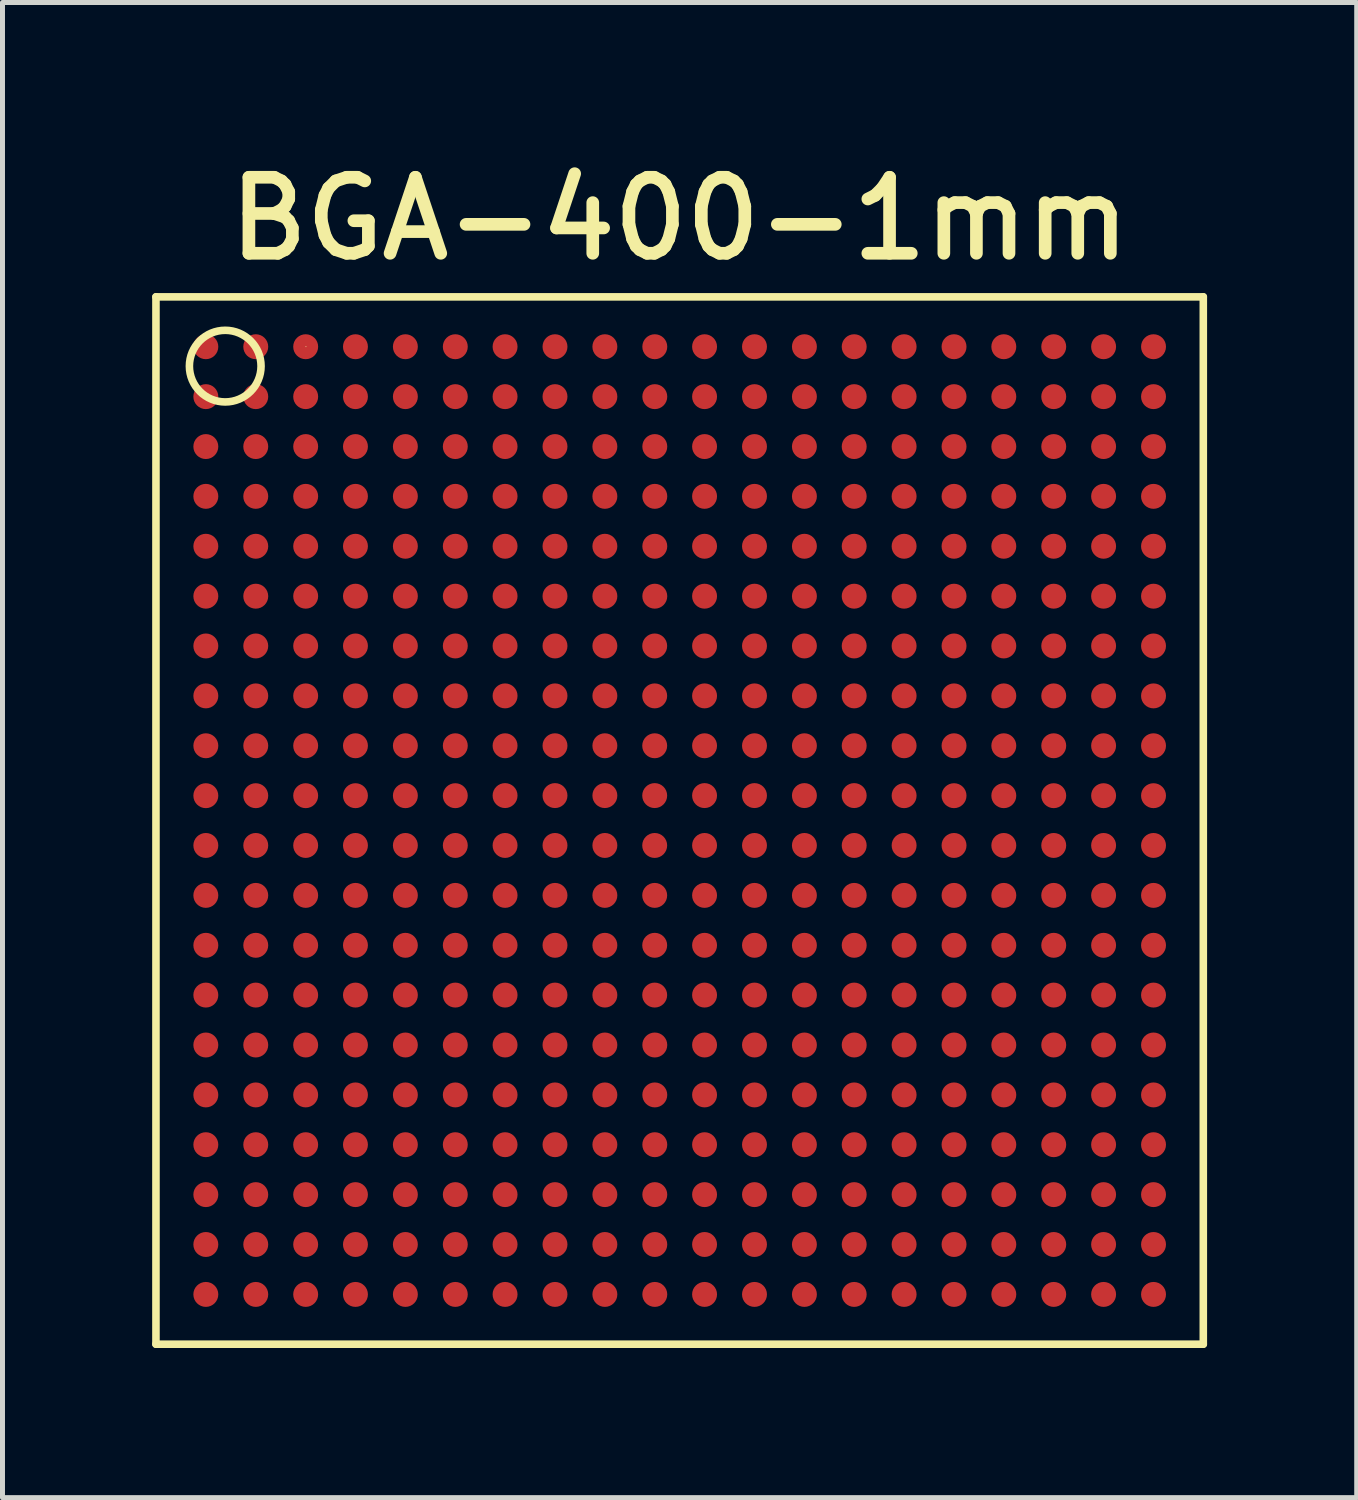
<source format=kicad_pcb>
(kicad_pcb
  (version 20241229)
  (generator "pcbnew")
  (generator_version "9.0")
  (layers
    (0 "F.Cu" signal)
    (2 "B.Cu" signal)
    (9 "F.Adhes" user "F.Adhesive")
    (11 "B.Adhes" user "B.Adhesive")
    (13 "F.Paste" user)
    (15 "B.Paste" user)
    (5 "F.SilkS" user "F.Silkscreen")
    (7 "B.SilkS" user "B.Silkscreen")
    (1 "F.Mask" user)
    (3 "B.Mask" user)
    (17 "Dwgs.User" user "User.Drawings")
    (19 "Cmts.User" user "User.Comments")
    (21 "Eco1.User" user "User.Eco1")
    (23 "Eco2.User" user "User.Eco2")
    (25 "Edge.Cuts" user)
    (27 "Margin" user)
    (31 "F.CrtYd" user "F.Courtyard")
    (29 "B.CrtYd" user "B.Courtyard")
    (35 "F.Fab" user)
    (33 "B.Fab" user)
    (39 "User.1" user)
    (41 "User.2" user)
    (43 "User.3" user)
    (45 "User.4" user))
  (footprint "BGA-400-1mm"
    (layer "F.Cu")
    (at 10.577 13.402)
    (property "Reference" "BGA-400-1mm" (at 0 -12.065 0) (layer "F.SilkS") (effects (font (size 1.524 1.524) (thickness 0.254))))
    (attr smd)
    (fp_line (start -10.5 -10.5) (end 10.5 -10.5) (stroke (width 0.152) (type solid)) (layer "F.SilkS"))
    (fp_line (start -10.5 10.5) (end -10.5 -10.5) (stroke (width 0.152) (type solid)) (layer "F.SilkS"))
    (fp_line (start -7.498 -9.5) (end -7.488 -9.5) (stroke (width 0.013) (type solid)) (layer "F.SilkS"))
    (fp_line (start 10.5 -10.5) (end 10.5 10.5) (stroke (width 0.152) (type solid)) (layer "F.SilkS"))
    (fp_line (start 10.5 10.5) (end -10.5 10.5) (stroke (width 0.152) (type solid)) (layer "F.SilkS"))
    (fp_circle (center -9.111 -9.111) (end -8.603 -9.619) (stroke (width 0.152) (type solid)) (fill no) (layer "F.SilkS"))
    (pad "A1" smd circle (at -9.5 -9.5) (size 0.5 0.5) (layers "F.Cu" "F.Mask" "F.Paste"))
    (pad "A2" smd circle (at -8.499 -9.5) (size 0.5 0.5) (layers "F.Cu" "F.Mask" "F.Paste"))
    (pad "A3" smd circle (at -7.498 -9.5) (size 0.5 0.5) (layers "F.Cu" "F.Mask" "F.Paste"))
    (pad "A4" smd circle (at -6.5 -9.5) (size 0.5 0.5) (layers "F.Cu" "F.Mask" "F.Paste"))
    (pad "A5" smd circle (at -5.499 -9.5) (size 0.5 0.5) (layers "F.Cu" "F.Mask" "F.Paste"))
    (pad "A6" smd circle (at -4.498 -9.5) (size 0.5 0.5) (layers "F.Cu" "F.Mask" "F.Paste"))
    (pad "A7" smd circle (at -3.5 -9.5) (size 0.5 0.5) (layers "F.Cu" "F.Mask" "F.Paste"))
    (pad "A8" smd circle (at -2.499 -9.5) (size 0.5 0.5) (layers "F.Cu" "F.Mask" "F.Paste"))
    (pad "A9" smd circle (at -1.499 -9.5) (size 0.5 0.5) (layers "F.Cu" "F.Mask" "F.Paste"))
    (pad "A10" smd circle (at -0.498 -9.5) (size 0.5 0.5) (layers "F.Cu" "F.Mask" "F.Paste"))
    (pad "A11" smd circle (at 0.5 -9.5) (size 0.5 0.5) (layers "F.Cu" "F.Mask" "F.Paste"))
    (pad "A12" smd circle (at 1.501 -9.5) (size 0.5 0.5) (layers "F.Cu" "F.Mask" "F.Paste"))
    (pad "A13" smd circle (at 2.502 -9.5) (size 0.5 0.5) (layers "F.Cu" "F.Mask" "F.Paste"))
    (pad "A14" smd circle (at 3.5 -9.5) (size 0.5 0.5) (layers "F.Cu" "F.Mask" "F.Paste"))
    (pad "A15" smd circle (at 4.501 -9.5) (size 0.5 0.5) (layers "F.Cu" "F.Mask" "F.Paste"))
    (pad "A16" smd circle (at 5.502 -9.5) (size 0.5 0.5) (layers "F.Cu" "F.Mask" "F.Paste"))
    (pad "A17" smd circle (at 6.5 -9.5) (size 0.5 0.5) (layers "F.Cu" "F.Mask" "F.Paste"))
    (pad "A18" smd circle (at 7.501 -9.5) (size 0.5 0.5) (layers "F.Cu" "F.Mask" "F.Paste"))
    (pad "A19" smd circle (at 8.501 -9.5) (size 0.5 0.5) (layers "F.Cu" "F.Mask" "F.Paste"))
    (pad "A20" smd circle (at 9.502 -9.5) (size 0.5 0.5) (layers "F.Cu" "F.Mask" "F.Paste"))
    (pad "B1" smd circle (at -9.5 -8.499) (size 0.5 0.5) (layers "F.Cu" "F.Mask" "F.Paste"))
    (pad "B2" smd circle (at -8.499 -8.499) (size 0.5 0.5) (layers "F.Cu" "F.Mask" "F.Paste"))
    (pad "B3" smd circle (at -7.498 -8.499) (size 0.5 0.5) (layers "F.Cu" "F.Mask" "F.Paste"))
    (pad "B4" smd circle (at -6.5 -8.499) (size 0.5 0.5) (layers "F.Cu" "F.Mask" "F.Paste"))
    (pad "B5" smd circle (at -5.499 -8.499) (size 0.5 0.5) (layers "F.Cu" "F.Mask" "F.Paste"))
    (pad "B6" smd circle (at -4.498 -8.499) (size 0.5 0.5) (layers "F.Cu" "F.Mask" "F.Paste"))
    (pad "B7" smd circle (at -3.5 -8.499) (size 0.5 0.5) (layers "F.Cu" "F.Mask" "F.Paste"))
    (pad "B8" smd circle (at -2.499 -8.499) (size 0.5 0.5) (layers "F.Cu" "F.Mask" "F.Paste"))
    (pad "B9" smd circle (at -1.499 -8.499) (size 0.5 0.5) (layers "F.Cu" "F.Mask" "F.Paste"))
    (pad "B10" smd circle (at -0.498 -8.499) (size 0.5 0.5) (layers "F.Cu" "F.Mask" "F.Paste"))
    (pad "B11" smd circle (at 0.5 -8.499) (size 0.5 0.5) (layers "F.Cu" "F.Mask" "F.Paste"))
    (pad "B12" smd circle (at 1.501 -8.499) (size 0.5 0.5) (layers "F.Cu" "F.Mask" "F.Paste"))
    (pad "B13" smd circle (at 2.502 -8.499) (size 0.5 0.5) (layers "F.Cu" "F.Mask" "F.Paste"))
    (pad "B14" smd circle (at 3.5 -8.499) (size 0.5 0.5) (layers "F.Cu" "F.Mask" "F.Paste"))
    (pad "B15" smd circle (at 4.501 -8.499) (size 0.5 0.5) (layers "F.Cu" "F.Mask" "F.Paste"))
    (pad "B16" smd circle (at 5.502 -8.499) (size 0.5 0.5) (layers "F.Cu" "F.Mask" "F.Paste"))
    (pad "B17" smd circle (at 6.5 -8.499) (size 0.5 0.5) (layers "F.Cu" "F.Mask" "F.Paste"))
    (pad "B18" smd circle (at 7.501 -8.499) (size 0.5 0.5) (layers "F.Cu" "F.Mask" "F.Paste"))
    (pad "B19" smd circle (at 8.501 -8.499) (size 0.5 0.5) (layers "F.Cu" "F.Mask" "F.Paste"))
    (pad "B20" smd circle (at 9.502 -8.499) (size 0.5 0.5) (layers "F.Cu" "F.Mask" "F.Paste"))
    (pad "C1" smd circle (at -9.5 -7.498) (size 0.5 0.5) (layers "F.Cu" "F.Mask" "F.Paste"))
    (pad "C2" smd circle (at -8.499 -7.498) (size 0.5 0.5) (layers "F.Cu" "F.Mask" "F.Paste"))
    (pad "C3" smd circle (at -7.498 -7.498) (size 0.5 0.5) (layers "F.Cu" "F.Mask" "F.Paste"))
    (pad "C4" smd circle (at -6.5 -7.498) (size 0.5 0.5) (layers "F.Cu" "F.Mask" "F.Paste"))
    (pad "C5" smd circle (at -5.499 -7.498) (size 0.5 0.5) (layers "F.Cu" "F.Mask" "F.Paste"))
    (pad "C6" smd circle (at -4.498 -7.498) (size 0.5 0.5) (layers "F.Cu" "F.Mask" "F.Paste"))
    (pad "C7" smd circle (at -3.5 -7.498) (size 0.5 0.5) (layers "F.Cu" "F.Mask" "F.Paste"))
    (pad "C8" smd circle (at -2.499 -7.498) (size 0.5 0.5) (layers "F.Cu" "F.Mask" "F.Paste"))
    (pad "C9" smd circle (at -1.499 -7.498) (size 0.5 0.5) (layers "F.Cu" "F.Mask" "F.Paste"))
    (pad "C10" smd circle (at -0.498 -7.498) (size 0.5 0.5) (layers "F.Cu" "F.Mask" "F.Paste"))
    (pad "C11" smd circle (at 0.5 -7.498) (size 0.5 0.5) (layers "F.Cu" "F.Mask" "F.Paste"))
    (pad "C12" smd circle (at 1.501 -7.498) (size 0.5 0.5) (layers "F.Cu" "F.Mask" "F.Paste"))
    (pad "C13" smd circle (at 2.502 -7.498) (size 0.5 0.5) (layers "F.Cu" "F.Mask" "F.Paste"))
    (pad "C14" smd circle (at 3.5 -7.498) (size 0.5 0.5) (layers "F.Cu" "F.Mask" "F.Paste"))
    (pad "C15" smd circle (at 4.501 -7.498) (size 0.5 0.5) (layers "F.Cu" "F.Mask" "F.Paste"))
    (pad "C16" smd circle (at 5.502 -7.498) (size 0.5 0.5) (layers "F.Cu" "F.Mask" "F.Paste"))
    (pad "C17" smd circle (at 6.5 -7.498) (size 0.5 0.5) (layers "F.Cu" "F.Mask" "F.Paste"))
    (pad "C18" smd circle (at 7.501 -7.498) (size 0.5 0.5) (layers "F.Cu" "F.Mask" "F.Paste"))
    (pad "C19" smd circle (at 8.501 -7.498) (size 0.5 0.5) (layers "F.Cu" "F.Mask" "F.Paste"))
    (pad "C20" smd circle (at 9.502 -7.498) (size 0.5 0.5) (layers "F.Cu" "F.Mask" "F.Paste"))
    (pad "D1" smd circle (at -9.5 -6.5) (size 0.5 0.5) (layers "F.Cu" "F.Mask" "F.Paste"))
    (pad "D2" smd circle (at -8.499 -6.5) (size 0.5 0.5) (layers "F.Cu" "F.Mask" "F.Paste"))
    (pad "D3" smd circle (at -7.498 -6.5) (size 0.5 0.5) (layers "F.Cu" "F.Mask" "F.Paste"))
    (pad "D4" smd circle (at -6.5 -6.5) (size 0.5 0.5) (layers "F.Cu" "F.Mask" "F.Paste"))
    (pad "D5" smd circle (at -5.499 -6.5) (size 0.5 0.5) (layers "F.Cu" "F.Mask" "F.Paste"))
    (pad "D6" smd circle (at -4.498 -6.5) (size 0.5 0.5) (layers "F.Cu" "F.Mask" "F.Paste"))
    (pad "D7" smd circle (at -3.5 -6.5) (size 0.5 0.5) (layers "F.Cu" "F.Mask" "F.Paste"))
    (pad "D8" smd circle (at -2.499 -6.5) (size 0.5 0.5) (layers "F.Cu" "F.Mask" "F.Paste"))
    (pad "D9" smd circle (at -1.499 -6.5) (size 0.5 0.5) (layers "F.Cu" "F.Mask" "F.Paste"))
    (pad "D10" smd circle (at -0.498 -6.5) (size 0.5 0.5) (layers "F.Cu" "F.Mask" "F.Paste"))
    (pad "D11" smd circle (at 0.5 -6.5) (size 0.5 0.5) (layers "F.Cu" "F.Mask" "F.Paste"))
    (pad "D12" smd circle (at 1.501 -6.5) (size 0.5 0.5) (layers "F.Cu" "F.Mask" "F.Paste"))
    (pad "D13" smd circle (at 2.502 -6.5) (size 0.5 0.5) (layers "F.Cu" "F.Mask" "F.Paste"))
    (pad "D14" smd circle (at 3.5 -6.5) (size 0.5 0.5) (layers "F.Cu" "F.Mask" "F.Paste"))
    (pad "D15" smd circle (at 4.501 -6.5) (size 0.5 0.5) (layers "F.Cu" "F.Mask" "F.Paste"))
    (pad "D16" smd circle (at 5.502 -6.5) (size 0.5 0.5) (layers "F.Cu" "F.Mask" "F.Paste"))
    (pad "D17" smd circle (at 6.5 -6.5) (size 0.5 0.5) (layers "F.Cu" "F.Mask" "F.Paste"))
    (pad "D18" smd circle (at 7.501 -6.5) (size 0.5 0.5) (layers "F.Cu" "F.Mask" "F.Paste"))
    (pad "D19" smd circle (at 8.501 -6.5) (size 0.5 0.5) (layers "F.Cu" "F.Mask" "F.Paste"))
    (pad "D20" smd circle (at 9.502 -6.5) (size 0.5 0.5) (layers "F.Cu" "F.Mask" "F.Paste"))
    (pad "E1" smd circle (at -9.5 -5.499) (size 0.5 0.5) (layers "F.Cu" "F.Mask" "F.Paste"))
    (pad "E2" smd circle (at -8.499 -5.499) (size 0.5 0.5) (layers "F.Cu" "F.Mask" "F.Paste"))
    (pad "E3" smd circle (at -7.498 -5.499) (size 0.5 0.5) (layers "F.Cu" "F.Mask" "F.Paste"))
    (pad "E4" smd circle (at -6.5 -5.499) (size 0.5 0.5) (layers "F.Cu" "F.Mask" "F.Paste"))
    (pad "E5" smd circle (at -5.499 -5.499) (size 0.5 0.5) (layers "F.Cu" "F.Mask" "F.Paste"))
    (pad "E6" smd circle (at -4.498 -5.499) (size 0.5 0.5) (layers "F.Cu" "F.Mask" "F.Paste"))
    (pad "E7" smd circle (at -3.5 -5.499) (size 0.5 0.5) (layers "F.Cu" "F.Mask" "F.Paste"))
    (pad "E8" smd circle (at -2.499 -5.499) (size 0.5 0.5) (layers "F.Cu" "F.Mask" "F.Paste"))
    (pad "E9" smd circle (at -1.499 -5.499) (size 0.5 0.5) (layers "F.Cu" "F.Mask" "F.Paste"))
    (pad "E10" smd circle (at -0.498 -5.499) (size 0.5 0.5) (layers "F.Cu" "F.Mask" "F.Paste"))
    (pad "E11" smd circle (at 0.5 -5.499) (size 0.5 0.5) (layers "F.Cu" "F.Mask" "F.Paste"))
    (pad "E12" smd circle (at 1.501 -5.499) (size 0.5 0.5) (layers "F.Cu" "F.Mask" "F.Paste"))
    (pad "E13" smd circle (at 2.502 -5.499) (size 0.5 0.5) (layers "F.Cu" "F.Mask" "F.Paste"))
    (pad "E14" smd circle (at 3.5 -5.499) (size 0.5 0.5) (layers "F.Cu" "F.Mask" "F.Paste"))
    (pad "E15" smd circle (at 4.501 -5.499) (size 0.5 0.5) (layers "F.Cu" "F.Mask" "F.Paste"))
    (pad "E16" smd circle (at 5.502 -5.499) (size 0.5 0.5) (layers "F.Cu" "F.Mask" "F.Paste"))
    (pad "E17" smd circle (at 6.5 -5.499) (size 0.5 0.5) (layers "F.Cu" "F.Mask" "F.Paste"))
    (pad "E18" smd circle (at 7.501 -5.499) (size 0.5 0.5) (layers "F.Cu" "F.Mask" "F.Paste"))
    (pad "E19" smd circle (at 8.501 -5.499) (size 0.5 0.5) (layers "F.Cu" "F.Mask" "F.Paste"))
    (pad "E20" smd circle (at 9.502 -5.499) (size 0.5 0.5) (layers "F.Cu" "F.Mask" "F.Paste"))
    (pad "F1" smd circle (at -9.5 -4.498) (size 0.5 0.5) (layers "F.Cu" "F.Mask" "F.Paste"))
    (pad "F2" smd circle (at -8.499 -4.498) (size 0.5 0.5) (layers "F.Cu" "F.Mask" "F.Paste"))
    (pad "F3" smd circle (at -7.498 -4.498) (size 0.5 0.5) (layers "F.Cu" "F.Mask" "F.Paste"))
    (pad "F4" smd circle (at -6.5 -4.498) (size 0.5 0.5) (layers "F.Cu" "F.Mask" "F.Paste"))
    (pad "F5" smd circle (at -5.499 -4.498) (size 0.5 0.5) (layers "F.Cu" "F.Mask" "F.Paste"))
    (pad "F6" smd circle (at -4.498 -4.498) (size 0.5 0.5) (layers "F.Cu" "F.Mask" "F.Paste"))
    (pad "F7" smd circle (at -3.5 -4.498) (size 0.5 0.5) (layers "F.Cu" "F.Mask" "F.Paste"))
    (pad "F8" smd circle (at -2.499 -4.498) (size 0.5 0.5) (layers "F.Cu" "F.Mask" "F.Paste"))
    (pad "F9" smd circle (at -1.499 -4.498) (size 0.5 0.5) (layers "F.Cu" "F.Mask" "F.Paste"))
    (pad "F10" smd circle (at -0.498 -4.498) (size 0.5 0.5) (layers "F.Cu" "F.Mask" "F.Paste"))
    (pad "F11" smd circle (at 0.5 -4.498) (size 0.5 0.5) (layers "F.Cu" "F.Mask" "F.Paste"))
    (pad "F12" smd circle (at 1.501 -4.498) (size 0.5 0.5) (layers "F.Cu" "F.Mask" "F.Paste"))
    (pad "F13" smd circle (at 2.502 -4.498) (size 0.5 0.5) (layers "F.Cu" "F.Mask" "F.Paste"))
    (pad "F14" smd circle (at 3.5 -4.498) (size 0.5 0.5) (layers "F.Cu" "F.Mask" "F.Paste"))
    (pad "F15" smd circle (at 4.501 -4.498) (size 0.5 0.5) (layers "F.Cu" "F.Mask" "F.Paste"))
    (pad "F16" smd circle (at 5.502 -4.498) (size 0.5 0.5) (layers "F.Cu" "F.Mask" "F.Paste"))
    (pad "F17" smd circle (at 6.5 -4.498) (size 0.5 0.5) (layers "F.Cu" "F.Mask" "F.Paste"))
    (pad "F18" smd circle (at 7.501 -4.498) (size 0.5 0.5) (layers "F.Cu" "F.Mask" "F.Paste"))
    (pad "F19" smd circle (at 8.501 -4.498) (size 0.5 0.5) (layers "F.Cu" "F.Mask" "F.Paste"))
    (pad "F20" smd circle (at 9.502 -4.498) (size 0.5 0.5) (layers "F.Cu" "F.Mask" "F.Paste"))
    (pad "G1" smd circle (at -9.5 -3.5) (size 0.5 0.5) (layers "F.Cu" "F.Mask" "F.Paste"))
    (pad "G2" smd circle (at -8.499 -3.5) (size 0.5 0.5) (layers "F.Cu" "F.Mask" "F.Paste"))
    (pad "G3" smd circle (at -7.498 -3.5) (size 0.5 0.5) (layers "F.Cu" "F.Mask" "F.Paste"))
    (pad "G4" smd circle (at -6.5 -3.5) (size 0.5 0.5) (layers "F.Cu" "F.Mask" "F.Paste"))
    (pad "G5" smd circle (at -5.499 -3.5) (size 0.5 0.5) (layers "F.Cu" "F.Mask" "F.Paste"))
    (pad "G6" smd circle (at -4.498 -3.5) (size 0.5 0.5) (layers "F.Cu" "F.Mask" "F.Paste"))
    (pad "G7" smd circle (at -3.5 -3.5) (size 0.5 0.5) (layers "F.Cu" "F.Mask" "F.Paste"))
    (pad "G8" smd circle (at -2.499 -3.5) (size 0.5 0.5) (layers "F.Cu" "F.Mask" "F.Paste"))
    (pad "G9" smd circle (at -1.499 -3.5) (size 0.5 0.5) (layers "F.Cu" "F.Mask" "F.Paste"))
    (pad "G10" smd circle (at -0.5 -3.5) (size 0.5 0.5) (layers "F.Cu" "F.Mask" "F.Paste"))
    (pad "G11" smd circle (at 0.5 -3.5) (size 0.5 0.5) (layers "F.Cu" "F.Mask" "F.Paste"))
    (pad "G12" smd circle (at 1.501 -3.5) (size 0.5 0.5) (layers "F.Cu" "F.Mask" "F.Paste"))
    (pad "G13" smd circle (at 2.502 -3.5) (size 0.5 0.5) (layers "F.Cu" "F.Mask" "F.Paste"))
    (pad "G14" smd circle (at 3.5 -3.5) (size 0.5 0.5) (layers "F.Cu" "F.Mask" "F.Paste"))
    (pad "G15" smd circle (at 4.501 -3.5) (size 0.5 0.5) (layers "F.Cu" "F.Mask" "F.Paste"))
    (pad "G16" smd circle (at 5.502 -3.5) (size 0.5 0.5) (layers "F.Cu" "F.Mask" "F.Paste"))
    (pad "G17" smd circle (at 6.5 -3.5) (size 0.5 0.5) (layers "F.Cu" "F.Mask" "F.Paste"))
    (pad "G18" smd circle (at 7.501 -3.5) (size 0.5 0.5) (layers "F.Cu" "F.Mask" "F.Paste"))
    (pad "G19" smd circle (at 8.501 -3.5) (size 0.5 0.5) (layers "F.Cu" "F.Mask" "F.Paste"))
    (pad "G20" smd circle (at 9.502 -3.5) (size 0.5 0.5) (layers "F.Cu" "F.Mask" "F.Paste"))
    (pad "H1" smd circle (at -9.5 -2.499) (size 0.5 0.5) (layers "F.Cu" "F.Mask" "F.Paste"))
    (pad "H2" smd circle (at -8.499 -2.499) (size 0.5 0.5) (layers "F.Cu" "F.Mask" "F.Paste"))
    (pad "H3" smd circle (at -7.498 -2.499) (size 0.5 0.5) (layers "F.Cu" "F.Mask" "F.Paste"))
    (pad "H4" smd circle (at -6.5 -2.499) (size 0.5 0.5) (layers "F.Cu" "F.Mask" "F.Paste"))
    (pad "H5" smd circle (at -5.499 -2.499) (size 0.5 0.5) (layers "F.Cu" "F.Mask" "F.Paste"))
    (pad "H6" smd circle (at -4.498 -2.499) (size 0.5 0.5) (layers "F.Cu" "F.Mask" "F.Paste"))
    (pad "H7" smd circle (at -3.5 -2.499) (size 0.5 0.5) (layers "F.Cu" "F.Mask" "F.Paste"))
    (pad "H8" smd circle (at -2.499 -2.499) (size 0.5 0.5) (layers "F.Cu" "F.Mask" "F.Paste"))
    (pad "H9" smd circle (at -1.499 -2.499) (size 0.5 0.5) (layers "F.Cu" "F.Mask" "F.Paste"))
    (pad "H10" smd circle (at -0.5 -2.499) (size 0.5 0.5) (layers "F.Cu" "F.Mask" "F.Paste"))
    (pad "H11" smd circle (at 0.5 -2.499) (size 0.5 0.5) (layers "F.Cu" "F.Mask" "F.Paste"))
    (pad "H12" smd circle (at 1.501 -2.499) (size 0.5 0.5) (layers "F.Cu" "F.Mask" "F.Paste"))
    (pad "H13" smd circle (at 2.502 -2.499) (size 0.5 0.5) (layers "F.Cu" "F.Mask" "F.Paste"))
    (pad "H14" smd circle (at 3.5 -2.499) (size 0.5 0.5) (layers "F.Cu" "F.Mask" "F.Paste"))
    (pad "H15" smd circle (at 4.501 -2.499) (size 0.5 0.5) (layers "F.Cu" "F.Mask" "F.Paste"))
    (pad "H16" smd circle (at 5.502 -2.499) (size 0.5 0.5) (layers "F.Cu" "F.Mask" "F.Paste"))
    (pad "H17" smd circle (at 6.5 -2.499) (size 0.5 0.5) (layers "F.Cu" "F.Mask" "F.Paste"))
    (pad "H18" smd circle (at 7.501 -2.499) (size 0.5 0.5) (layers "F.Cu" "F.Mask" "F.Paste"))
    (pad "H19" smd circle (at 8.501 -2.499) (size 0.5 0.5) (layers "F.Cu" "F.Mask" "F.Paste"))
    (pad "H20" smd circle (at 9.502 -2.499) (size 0.5 0.5) (layers "F.Cu" "F.Mask" "F.Paste"))
    (pad "J1" smd circle (at -9.5 -1.499) (size 0.5 0.5) (layers "F.Cu" "F.Mask" "F.Paste"))
    (pad "J2" smd circle (at -8.499 -1.499) (size 0.5 0.5) (layers "F.Cu" "F.Mask" "F.Paste"))
    (pad "J3" smd circle (at -7.498 -1.499) (size 0.5 0.5) (layers "F.Cu" "F.Mask" "F.Paste"))
    (pad "J4" smd circle (at -6.5 -1.499) (size 0.5 0.5) (layers "F.Cu" "F.Mask" "F.Paste"))
    (pad "J5" smd circle (at -5.499 -1.499) (size 0.5 0.5) (layers "F.Cu" "F.Mask" "F.Paste"))
    (pad "J6" smd circle (at -4.498 -1.499) (size 0.5 0.5) (layers "F.Cu" "F.Mask" "F.Paste"))
    (pad "J7" smd circle (at -3.5 -1.499) (size 0.5 0.5) (layers "F.Cu" "F.Mask" "F.Paste"))
    (pad "J8" smd circle (at -2.499 -1.499) (size 0.5 0.5) (layers "F.Cu" "F.Mask" "F.Paste"))
    (pad "J9" smd circle (at -1.499 -1.499) (size 0.5 0.5) (layers "F.Cu" "F.Mask" "F.Paste"))
    (pad "J10" smd circle (at -0.5 -1.499) (size 0.5 0.5) (layers "F.Cu" "F.Mask" "F.Paste"))
    (pad "J11" smd circle (at 0.5 -1.499) (size 0.5 0.5) (layers "F.Cu" "F.Mask" "F.Paste"))
    (pad "J12" smd circle (at 1.501 -1.499) (size 0.5 0.5) (layers "F.Cu" "F.Mask" "F.Paste"))
    (pad "J13" smd circle (at 2.502 -1.499) (size 0.5 0.5) (layers "F.Cu" "F.Mask" "F.Paste"))
    (pad "J14" smd circle (at 3.5 -1.499) (size 0.5 0.5) (layers "F.Cu" "F.Mask" "F.Paste"))
    (pad "J15" smd circle (at 4.501 -1.499) (size 0.5 0.5) (layers "F.Cu" "F.Mask" "F.Paste"))
    (pad "J16" smd circle (at 5.502 -1.499) (size 0.5 0.5) (layers "F.Cu" "F.Mask" "F.Paste"))
    (pad "J17" smd circle (at 6.5 -1.499) (size 0.5 0.5) (layers "F.Cu" "F.Mask" "F.Paste"))
    (pad "J18" smd circle (at 7.501 -1.499) (size 0.5 0.5) (layers "F.Cu" "F.Mask" "F.Paste"))
    (pad "J19" smd circle (at 8.501 -1.499) (size 0.5 0.5) (layers "F.Cu" "F.Mask" "F.Paste"))
    (pad "J20" smd circle (at 9.502 -1.499) (size 0.5 0.5) (layers "F.Cu" "F.Mask" "F.Paste"))
    (pad "K1" smd circle (at -9.5 -0.498) (size 0.5 0.5) (layers "F.Cu" "F.Mask" "F.Paste"))
    (pad "K2" smd circle (at -8.499 -0.498) (size 0.5 0.5) (layers "F.Cu" "F.Mask" "F.Paste"))
    (pad "K3" smd circle (at -7.498 -0.498) (size 0.5 0.5) (layers "F.Cu" "F.Mask" "F.Paste"))
    (pad "K4" smd circle (at -6.5 -0.498) (size 0.5 0.5) (layers "F.Cu" "F.Mask" "F.Paste"))
    (pad "K5" smd circle (at -5.499 -0.498) (size 0.5 0.5) (layers "F.Cu" "F.Mask" "F.Paste"))
    (pad "K6" smd circle (at -4.498 -0.498) (size 0.5 0.5) (layers "F.Cu" "F.Mask" "F.Paste"))
    (pad "K7" smd circle (at -3.5 -0.5) (size 0.5 0.5) (layers "F.Cu" "F.Mask" "F.Paste"))
    (pad "K8" smd circle (at -2.499 -0.5) (size 0.5 0.5) (layers "F.Cu" "F.Mask" "F.Paste"))
    (pad "K9" smd circle (at -1.499 -0.5) (size 0.5 0.5) (layers "F.Cu" "F.Mask" "F.Paste"))
    (pad "K10" smd circle (at -0.5 -0.5) (size 0.5 0.5) (layers "F.Cu" "F.Mask" "F.Paste"))
    (pad "K11" smd circle (at 0.5 -0.5) (size 0.5 0.5) (layers "F.Cu" "F.Mask" "F.Paste"))
    (pad "K12" smd circle (at 1.501 -0.5) (size 0.5 0.5) (layers "F.Cu" "F.Mask" "F.Paste"))
    (pad "K13" smd circle (at 2.502 -0.5) (size 0.5 0.5) (layers "F.Cu" "F.Mask" "F.Paste"))
    (pad "K14" smd circle (at 3.5 -0.5) (size 0.5 0.5) (layers "F.Cu" "F.Mask" "F.Paste"))
    (pad "K15" smd circle (at 4.501 -0.498) (size 0.5 0.5) (layers "F.Cu" "F.Mask" "F.Paste"))
    (pad "K16" smd circle (at 5.502 -0.498) (size 0.5 0.5) (layers "F.Cu" "F.Mask" "F.Paste"))
    (pad "K17" smd circle (at 6.5 -0.498) (size 0.5 0.5) (layers "F.Cu" "F.Mask" "F.Paste"))
    (pad "K18" smd circle (at 7.501 -0.498) (size 0.5 0.5) (layers "F.Cu" "F.Mask" "F.Paste"))
    (pad "K19" smd circle (at 8.501 -0.498) (size 0.5 0.5) (layers "F.Cu" "F.Mask" "F.Paste"))
    (pad "K20" smd circle (at 9.502 -0.498) (size 0.5 0.5) (layers "F.Cu" "F.Mask" "F.Paste"))
    (pad "L1" smd circle (at -9.5 0.5) (size 0.5 0.5) (layers "F.Cu" "F.Mask" "F.Paste"))
    (pad "L2" smd circle (at -8.499 0.5) (size 0.5 0.5) (layers "F.Cu" "F.Mask" "F.Paste"))
    (pad "L3" smd circle (at -7.498 0.5) (size 0.5 0.5) (layers "F.Cu" "F.Mask" "F.Paste"))
    (pad "L4" smd circle (at -6.5 0.5) (size 0.5 0.5) (layers "F.Cu" "F.Mask" "F.Paste"))
    (pad "L5" smd circle (at -5.499 0.5) (size 0.5 0.5) (layers "F.Cu" "F.Mask" "F.Paste"))
    (pad "L6" smd circle (at -4.498 0.5) (size 0.5 0.5) (layers "F.Cu" "F.Mask" "F.Paste"))
    (pad "L7" smd circle (at -3.5 0.5) (size 0.5 0.5) (layers "F.Cu" "F.Mask" "F.Paste"))
    (pad "L8" smd circle (at -2.499 0.5) (size 0.5 0.5) (layers "F.Cu" "F.Mask" "F.Paste"))
    (pad "L9" smd circle (at -1.499 0.5) (size 0.5 0.5) (layers "F.Cu" "F.Mask" "F.Paste"))
    (pad "L10" smd circle (at -0.5 0.5) (size 0.5 0.5) (layers "F.Cu" "F.Mask" "F.Paste"))
    (pad "L11" smd circle (at 0.5 0.5) (size 0.5 0.5) (layers "F.Cu" "F.Mask" "F.Paste"))
    (pad "L12" smd circle (at 1.501 0.5) (size 0.5 0.5) (layers "F.Cu" "F.Mask" "F.Paste"))
    (pad "L13" smd circle (at 2.502 0.5) (size 0.5 0.5) (layers "F.Cu" "F.Mask" "F.Paste"))
    (pad "L14" smd circle (at 3.5 0.5) (size 0.5 0.5) (layers "F.Cu" "F.Mask" "F.Paste"))
    (pad "L15" smd circle (at 4.501 0.5) (size 0.5 0.5) (layers "F.Cu" "F.Mask" "F.Paste"))
    (pad "L16" smd circle (at 5.502 0.5) (size 0.5 0.5) (layers "F.Cu" "F.Mask" "F.Paste"))
    (pad "L17" smd circle (at 6.5 0.5) (size 0.5 0.5) (layers "F.Cu" "F.Mask" "F.Paste"))
    (pad "L18" smd circle (at 7.501 0.5) (size 0.5 0.5) (layers "F.Cu" "F.Mask" "F.Paste"))
    (pad "L19" smd circle (at 8.501 0.5) (size 0.5 0.5) (layers "F.Cu" "F.Mask" "F.Paste"))
    (pad "L20" smd circle (at 9.502 0.5) (size 0.5 0.5) (layers "F.Cu" "F.Mask" "F.Paste"))
    (pad "M1" smd circle (at -9.5 1.501) (size 0.5 0.5) (layers "F.Cu" "F.Mask" "F.Paste"))
    (pad "M2" smd circle (at -8.499 1.501) (size 0.5 0.5) (layers "F.Cu" "F.Mask" "F.Paste"))
    (pad "M3" smd circle (at -7.498 1.501) (size 0.5 0.5) (layers "F.Cu" "F.Mask" "F.Paste"))
    (pad "M4" smd circle (at -6.5 1.501) (size 0.5 0.5) (layers "F.Cu" "F.Mask" "F.Paste"))
    (pad "M5" smd circle (at -5.499 1.501) (size 0.5 0.5) (layers "F.Cu" "F.Mask" "F.Paste"))
    (pad "M6" smd circle (at -4.498 1.501) (size 0.5 0.5) (layers "F.Cu" "F.Mask" "F.Paste"))
    (pad "M7" smd circle (at -3.5 1.501) (size 0.5 0.5) (layers "F.Cu" "F.Mask" "F.Paste"))
    (pad "M8" smd circle (at -2.499 1.501) (size 0.5 0.5) (layers "F.Cu" "F.Mask" "F.Paste"))
    (pad "M9" smd circle (at -1.499 1.501) (size 0.5 0.5) (layers "F.Cu" "F.Mask" "F.Paste"))
    (pad "M10" smd circle (at -0.5 1.501) (size 0.5 0.5) (layers "F.Cu" "F.Mask" "F.Paste"))
    (pad "M11" smd circle (at 0.5 1.501) (size 0.5 0.5) (layers "F.Cu" "F.Mask" "F.Paste"))
    (pad "M12" smd circle (at 1.501 1.501) (size 0.5 0.5) (layers "F.Cu" "F.Mask" "F.Paste"))
    (pad "M13" smd circle (at 2.502 1.501) (size 0.5 0.5) (layers "F.Cu" "F.Mask" "F.Paste"))
    (pad "M14" smd circle (at 3.5 1.501) (size 0.5 0.5) (layers "F.Cu" "F.Mask" "F.Paste"))
    (pad "M15" smd circle (at 4.501 1.501) (size 0.5 0.5) (layers "F.Cu" "F.Mask" "F.Paste"))
    (pad "M16" smd circle (at 5.502 1.501) (size 0.5 0.5) (layers "F.Cu" "F.Mask" "F.Paste"))
    (pad "M17" smd circle (at 6.5 1.501) (size 0.5 0.5) (layers "F.Cu" "F.Mask" "F.Paste"))
    (pad "M18" smd circle (at 7.501 1.501) (size 0.5 0.5) (layers "F.Cu" "F.Mask" "F.Paste"))
    (pad "M19" smd circle (at 8.501 1.501) (size 0.5 0.5) (layers "F.Cu" "F.Mask" "F.Paste"))
    (pad "M20" smd circle (at 9.502 1.501) (size 0.5 0.5) (layers "F.Cu" "F.Mask" "F.Paste"))
    (pad "N1" smd circle (at -9.5 2.502) (size 0.5 0.5) (layers "F.Cu" "F.Mask" "F.Paste"))
    (pad "N2" smd circle (at -8.499 2.502) (size 0.5 0.5) (layers "F.Cu" "F.Mask" "F.Paste"))
    (pad "N3" smd circle (at -7.498 2.502) (size 0.5 0.5) (layers "F.Cu" "F.Mask" "F.Paste"))
    (pad "N4" smd circle (at -6.5 2.502) (size 0.5 0.5) (layers "F.Cu" "F.Mask" "F.Paste"))
    (pad "N5" smd circle (at -5.499 2.502) (size 0.5 0.5) (layers "F.Cu" "F.Mask" "F.Paste"))
    (pad "N6" smd circle (at -4.498 2.502) (size 0.5 0.5) (layers "F.Cu" "F.Mask" "F.Paste"))
    (pad "N7" smd circle (at -3.5 2.502) (size 0.5 0.5) (layers "F.Cu" "F.Mask" "F.Paste"))
    (pad "N8" smd circle (at -2.499 2.502) (size 0.5 0.5) (layers "F.Cu" "F.Mask" "F.Paste"))
    (pad "N9" smd circle (at -1.499 2.502) (size 0.5 0.5) (layers "F.Cu" "F.Mask" "F.Paste"))
    (pad "N10" smd circle (at -0.5 2.502) (size 0.5 0.5) (layers "F.Cu" "F.Mask" "F.Paste"))
    (pad "N11" smd circle (at 0.5 2.502) (size 0.5 0.5) (layers "F.Cu" "F.Mask" "F.Paste"))
    (pad "N12" smd circle (at 1.501 2.502) (size 0.5 0.5) (layers "F.Cu" "F.Mask" "F.Paste"))
    (pad "N13" smd circle (at 2.502 2.502) (size 0.5 0.5) (layers "F.Cu" "F.Mask" "F.Paste"))
    (pad "N14" smd circle (at 3.5 2.502) (size 0.5 0.5) (layers "F.Cu" "F.Mask" "F.Paste"))
    (pad "N15" smd circle (at 4.501 2.502) (size 0.5 0.5) (layers "F.Cu" "F.Mask" "F.Paste"))
    (pad "N16" smd circle (at 5.502 2.502) (size 0.5 0.5) (layers "F.Cu" "F.Mask" "F.Paste"))
    (pad "N17" smd circle (at 6.5 2.502) (size 0.5 0.5) (layers "F.Cu" "F.Mask" "F.Paste"))
    (pad "N18" smd circle (at 7.501 2.502) (size 0.5 0.5) (layers "F.Cu" "F.Mask" "F.Paste"))
    (pad "N19" smd circle (at 8.501 2.502) (size 0.5 0.5) (layers "F.Cu" "F.Mask" "F.Paste"))
    (pad "N20" smd circle (at 9.502 2.502) (size 0.5 0.5) (layers "F.Cu" "F.Mask" "F.Paste"))
    (pad "P1" smd circle (at -9.5 3.5) (size 0.5 0.5) (layers "F.Cu" "F.Mask" "F.Paste"))
    (pad "P2" smd circle (at -8.499 3.5) (size 0.5 0.5) (layers "F.Cu" "F.Mask" "F.Paste"))
    (pad "P3" smd circle (at -7.498 3.5) (size 0.5 0.5) (layers "F.Cu" "F.Mask" "F.Paste"))
    (pad "P4" smd circle (at -6.5 3.5) (size 0.5 0.5) (layers "F.Cu" "F.Mask" "F.Paste"))
    (pad "P5" smd circle (at -5.499 3.5) (size 0.5 0.5) (layers "F.Cu" "F.Mask" "F.Paste"))
    (pad "P6" smd circle (at -4.498 3.5) (size 0.5 0.5) (layers "F.Cu" "F.Mask" "F.Paste"))
    (pad "P7" smd circle (at -3.5 3.5) (size 0.5 0.5) (layers "F.Cu" "F.Mask" "F.Paste"))
    (pad "P8" smd circle (at -2.499 3.5) (size 0.5 0.5) (layers "F.Cu" "F.Mask" "F.Paste"))
    (pad "P9" smd circle (at -1.499 3.5) (size 0.5 0.5) (layers "F.Cu" "F.Mask" "F.Paste"))
    (pad "P10" smd circle (at -0.5 3.5) (size 0.5 0.5) (layers "F.Cu" "F.Mask" "F.Paste"))
    (pad "P11" smd circle (at 0.5 3.5) (size 0.5 0.5) (layers "F.Cu" "F.Mask" "F.Paste"))
    (pad "P12" smd circle (at 1.501 3.5) (size 0.5 0.5) (layers "F.Cu" "F.Mask" "F.Paste"))
    (pad "P13" smd circle (at 2.502 3.5) (size 0.5 0.5) (layers "F.Cu" "F.Mask" "F.Paste"))
    (pad "P14" smd circle (at 3.5 3.5) (size 0.5 0.5) (layers "F.Cu" "F.Mask" "F.Paste"))
    (pad "P15" smd circle (at 4.501 3.5) (size 0.5 0.5) (layers "F.Cu" "F.Mask" "F.Paste"))
    (pad "P16" smd circle (at 5.502 3.5) (size 0.5 0.5) (layers "F.Cu" "F.Mask" "F.Paste"))
    (pad "P17" smd circle (at 6.5 3.5) (size 0.5 0.5) (layers "F.Cu" "F.Mask" "F.Paste"))
    (pad "P18" smd circle (at 7.501 3.5) (size 0.5 0.5) (layers "F.Cu" "F.Mask" "F.Paste"))
    (pad "P19" smd circle (at 8.501 3.5) (size 0.5 0.5) (layers "F.Cu" "F.Mask" "F.Paste"))
    (pad "P20" smd circle (at 9.502 3.5) (size 0.5 0.5) (layers "F.Cu" "F.Mask" "F.Paste"))
    (pad "R1" smd circle (at -9.5 4.501) (size 0.5 0.5) (layers "F.Cu" "F.Mask" "F.Paste"))
    (pad "R2" smd circle (at -8.499 4.501) (size 0.5 0.5) (layers "F.Cu" "F.Mask" "F.Paste"))
    (pad "R3" smd circle (at -7.498 4.501) (size 0.5 0.5) (layers "F.Cu" "F.Mask" "F.Paste"))
    (pad "R4" smd circle (at -6.5 4.501) (size 0.5 0.5) (layers "F.Cu" "F.Mask" "F.Paste"))
    (pad "R5" smd circle (at -5.499 4.501) (size 0.5 0.5) (layers "F.Cu" "F.Mask" "F.Paste"))
    (pad "R6" smd circle (at -4.498 4.501) (size 0.5 0.5) (layers "F.Cu" "F.Mask" "F.Paste"))
    (pad "R7" smd circle (at -3.5 4.501) (size 0.5 0.5) (layers "F.Cu" "F.Mask" "F.Paste"))
    (pad "R8" smd circle (at -2.499 4.501) (size 0.5 0.5) (layers "F.Cu" "F.Mask" "F.Paste"))
    (pad "R9" smd circle (at -1.499 4.501) (size 0.5 0.5) (layers "F.Cu" "F.Mask" "F.Paste"))
    (pad "R10" smd circle (at -0.498 4.501) (size 0.5 0.5) (layers "F.Cu" "F.Mask" "F.Paste"))
    (pad "R11" smd circle (at 0.5 4.501) (size 0.5 0.5) (layers "F.Cu" "F.Mask" "F.Paste"))
    (pad "R12" smd circle (at 1.501 4.501) (size 0.5 0.5) (layers "F.Cu" "F.Mask" "F.Paste"))
    (pad "R13" smd circle (at 2.502 4.501) (size 0.5 0.5) (layers "F.Cu" "F.Mask" "F.Paste"))
    (pad "R14" smd circle (at 3.5 4.501) (size 0.5 0.5) (layers "F.Cu" "F.Mask" "F.Paste"))
    (pad "R15" smd circle (at 4.501 4.501) (size 0.5 0.5) (layers "F.Cu" "F.Mask" "F.Paste"))
    (pad "R16" smd circle (at 5.502 4.501) (size 0.5 0.5) (layers "F.Cu" "F.Mask" "F.Paste"))
    (pad "R17" smd circle (at 6.5 4.501) (size 0.5 0.5) (layers "F.Cu" "F.Mask" "F.Paste"))
    (pad "R18" smd circle (at 7.501 4.501) (size 0.5 0.5) (layers "F.Cu" "F.Mask" "F.Paste"))
    (pad "R19" smd circle (at 8.501 4.501) (size 0.5 0.5) (layers "F.Cu" "F.Mask" "F.Paste"))
    (pad "R20" smd circle (at 9.502 4.501) (size 0.5 0.5) (layers "F.Cu" "F.Mask" "F.Paste"))
    (pad "T1" smd circle (at -9.5 5.502) (size 0.5 0.5) (layers "F.Cu" "F.Mask" "F.Paste"))
    (pad "T2" smd circle (at -8.499 5.502) (size 0.5 0.5) (layers "F.Cu" "F.Mask" "F.Paste"))
    (pad "T3" smd circle (at -7.498 5.502) (size 0.5 0.5) (layers "F.Cu" "F.Mask" "F.Paste"))
    (pad "T4" smd circle (at -6.5 5.502) (size 0.5 0.5) (layers "F.Cu" "F.Mask" "F.Paste"))
    (pad "T5" smd circle (at -5.499 5.502) (size 0.5 0.5) (layers "F.Cu" "F.Mask" "F.Paste"))
    (pad "T6" smd circle (at -4.498 5.502) (size 0.5 0.5) (layers "F.Cu" "F.Mask" "F.Paste"))
    (pad "T7" smd circle (at -3.5 5.502) (size 0.5 0.5) (layers "F.Cu" "F.Mask" "F.Paste"))
    (pad "T8" smd circle (at -2.499 5.502) (size 0.5 0.5) (layers "F.Cu" "F.Mask" "F.Paste"))
    (pad "T9" smd circle (at -1.499 5.502) (size 0.5 0.5) (layers "F.Cu" "F.Mask" "F.Paste"))
    (pad "T10" smd circle (at -0.498 5.502) (size 0.5 0.5) (layers "F.Cu" "F.Mask" "F.Paste"))
    (pad "T11" smd circle (at 0.5 5.502) (size 0.5 0.5) (layers "F.Cu" "F.Mask" "F.Paste"))
    (pad "T12" smd circle (at 1.501 5.502) (size 0.5 0.5) (layers "F.Cu" "F.Mask" "F.Paste"))
    (pad "T13" smd circle (at 2.502 5.502) (size 0.5 0.5) (layers "F.Cu" "F.Mask" "F.Paste"))
    (pad "T14" smd circle (at 3.5 5.502) (size 0.5 0.5) (layers "F.Cu" "F.Mask" "F.Paste"))
    (pad "T15" smd circle (at 4.501 5.502) (size 0.5 0.5) (layers "F.Cu" "F.Mask" "F.Paste"))
    (pad "T16" smd circle (at 5.502 5.502) (size 0.5 0.5) (layers "F.Cu" "F.Mask" "F.Paste"))
    (pad "T17" smd circle (at 6.5 5.502) (size 0.5 0.5) (layers "F.Cu" "F.Mask" "F.Paste"))
    (pad "T18" smd circle (at 7.501 5.502) (size 0.5 0.5) (layers "F.Cu" "F.Mask" "F.Paste"))
    (pad "T19" smd circle (at 8.501 5.502) (size 0.5 0.5) (layers "F.Cu" "F.Mask" "F.Paste"))
    (pad "T20" smd circle (at 9.502 5.502) (size 0.5 0.5) (layers "F.Cu" "F.Mask" "F.Paste"))
    (pad "U1" smd circle (at -9.5 6.5) (size 0.5 0.5) (layers "F.Cu" "F.Mask" "F.Paste"))
    (pad "U2" smd circle (at -8.499 6.5) (size 0.5 0.5) (layers "F.Cu" "F.Mask" "F.Paste"))
    (pad "U3" smd circle (at -7.498 6.5) (size 0.5 0.5) (layers "F.Cu" "F.Mask" "F.Paste"))
    (pad "U4" smd circle (at -6.5 6.5) (size 0.5 0.5) (layers "F.Cu" "F.Mask" "F.Paste"))
    (pad "U5" smd circle (at -5.499 6.5) (size 0.5 0.5) (layers "F.Cu" "F.Mask" "F.Paste"))
    (pad "U6" smd circle (at -4.498 6.5) (size 0.5 0.5) (layers "F.Cu" "F.Mask" "F.Paste"))
    (pad "U7" smd circle (at -3.5 6.5) (size 0.5 0.5) (layers "F.Cu" "F.Mask" "F.Paste"))
    (pad "U8" smd circle (at -2.499 6.5) (size 0.5 0.5) (layers "F.Cu" "F.Mask" "F.Paste"))
    (pad "U9" smd circle (at -1.499 6.5) (size 0.5 0.5) (layers "F.Cu" "F.Mask" "F.Paste"))
    (pad "U10" smd circle (at -0.498 6.5) (size 0.5 0.5) (layers "F.Cu" "F.Mask" "F.Paste"))
    (pad "U11" smd circle (at 0.5 6.5) (size 0.5 0.5) (layers "F.Cu" "F.Mask" "F.Paste"))
    (pad "U12" smd circle (at 1.501 6.5) (size 0.5 0.5) (layers "F.Cu" "F.Mask" "F.Paste"))
    (pad "U13" smd circle (at 2.502 6.5) (size 0.5 0.5) (layers "F.Cu" "F.Mask" "F.Paste"))
    (pad "U14" smd circle (at 3.5 6.5) (size 0.5 0.5) (layers "F.Cu" "F.Mask" "F.Paste"))
    (pad "U15" smd circle (at 4.501 6.5) (size 0.5 0.5) (layers "F.Cu" "F.Mask" "F.Paste"))
    (pad "U16" smd circle (at 5.502 6.5) (size 0.5 0.5) (layers "F.Cu" "F.Mask" "F.Paste"))
    (pad "U17" smd circle (at 6.5 6.5) (size 0.5 0.5) (layers "F.Cu" "F.Mask" "F.Paste"))
    (pad "U18" smd circle (at 7.501 6.5) (size 0.5 0.5) (layers "F.Cu" "F.Mask" "F.Paste"))
    (pad "U19" smd circle (at 8.501 6.5) (size 0.5 0.5) (layers "F.Cu" "F.Mask" "F.Paste"))
    (pad "U20" smd circle (at 9.502 6.5) (size 0.5 0.5) (layers "F.Cu" "F.Mask" "F.Paste"))
    (pad "V1" smd circle (at -9.5 7.501) (size 0.5 0.5) (layers "F.Cu" "F.Mask" "F.Paste"))
    (pad "V2" smd circle (at -8.499 7.501) (size 0.5 0.5) (layers "F.Cu" "F.Mask" "F.Paste"))
    (pad "V3" smd circle (at -7.498 7.501) (size 0.5 0.5) (layers "F.Cu" "F.Mask" "F.Paste"))
    (pad "V4" smd circle (at -6.5 7.501) (size 0.5 0.5) (layers "F.Cu" "F.Mask" "F.Paste"))
    (pad "V5" smd circle (at -5.499 7.501) (size 0.5 0.5) (layers "F.Cu" "F.Mask" "F.Paste"))
    (pad "V6" smd circle (at -4.498 7.501) (size 0.5 0.5) (layers "F.Cu" "F.Mask" "F.Paste"))
    (pad "V7" smd circle (at -3.5 7.501) (size 0.5 0.5) (layers "F.Cu" "F.Mask" "F.Paste"))
    (pad "V8" smd circle (at -2.499 7.501) (size 0.5 0.5) (layers "F.Cu" "F.Mask" "F.Paste"))
    (pad "V9" smd circle (at -1.499 7.501) (size 0.5 0.5) (layers "F.Cu" "F.Mask" "F.Paste"))
    (pad "V10" smd circle (at -0.498 7.501) (size 0.5 0.5) (layers "F.Cu" "F.Mask" "F.Paste"))
    (pad "V11" smd circle (at 0.5 7.501) (size 0.5 0.5) (layers "F.Cu" "F.Mask" "F.Paste"))
    (pad "V12" smd circle (at 1.501 7.501) (size 0.5 0.5) (layers "F.Cu" "F.Mask" "F.Paste"))
    (pad "V13" smd circle (at 2.502 7.501) (size 0.5 0.5) (layers "F.Cu" "F.Mask" "F.Paste"))
    (pad "V14" smd circle (at 3.5 7.501) (size 0.5 0.5) (layers "F.Cu" "F.Mask" "F.Paste"))
    (pad "V15" smd circle (at 4.501 7.501) (size 0.5 0.5) (layers "F.Cu" "F.Mask" "F.Paste"))
    (pad "V16" smd circle (at 5.502 7.501) (size 0.5 0.5) (layers "F.Cu" "F.Mask" "F.Paste"))
    (pad "V17" smd circle (at 6.5 7.501) (size 0.5 0.5) (layers "F.Cu" "F.Mask" "F.Paste"))
    (pad "V18" smd circle (at 7.501 7.501) (size 0.5 0.5) (layers "F.Cu" "F.Mask" "F.Paste"))
    (pad "V19" smd circle (at 8.501 7.501) (size 0.5 0.5) (layers "F.Cu" "F.Mask" "F.Paste"))
    (pad "V20" smd circle (at 9.502 7.501) (size 0.5 0.5) (layers "F.Cu" "F.Mask" "F.Paste"))
    (pad "W1" smd circle (at -9.5 8.501) (size 0.5 0.5) (layers "F.Cu" "F.Mask" "F.Paste"))
    (pad "W2" smd circle (at -8.499 8.501) (size 0.5 0.5) (layers "F.Cu" "F.Mask" "F.Paste"))
    (pad "W3" smd circle (at -7.498 8.501) (size 0.5 0.5) (layers "F.Cu" "F.Mask" "F.Paste"))
    (pad "W4" smd circle (at -6.5 8.501) (size 0.5 0.5) (layers "F.Cu" "F.Mask" "F.Paste"))
    (pad "W5" smd circle (at -5.499 8.501) (size 0.5 0.5) (layers "F.Cu" "F.Mask" "F.Paste"))
    (pad "W6" smd circle (at -4.498 8.501) (size 0.5 0.5) (layers "F.Cu" "F.Mask" "F.Paste"))
    (pad "W7" smd circle (at -3.5 8.501) (size 0.5 0.5) (layers "F.Cu" "F.Mask" "F.Paste"))
    (pad "W8" smd circle (at -2.499 8.501) (size 0.5 0.5) (layers "F.Cu" "F.Mask" "F.Paste"))
    (pad "W9" smd circle (at -1.499 8.501) (size 0.5 0.5) (layers "F.Cu" "F.Mask" "F.Paste"))
    (pad "W10" smd circle (at -0.498 8.501) (size 0.5 0.5) (layers "F.Cu" "F.Mask" "F.Paste"))
    (pad "W11" smd circle (at 0.5 8.501) (size 0.5 0.5) (layers "F.Cu" "F.Mask" "F.Paste"))
    (pad "W12" smd circle (at 1.501 8.501) (size 0.5 0.5) (layers "F.Cu" "F.Mask" "F.Paste"))
    (pad "W13" smd circle (at 2.502 8.501) (size 0.5 0.5) (layers "F.Cu" "F.Mask" "F.Paste"))
    (pad "W14" smd circle (at 3.5 8.501) (size 0.5 0.5) (layers "F.Cu" "F.Mask" "F.Paste"))
    (pad "W15" smd circle (at 4.501 8.501) (size 0.5 0.5) (layers "F.Cu" "F.Mask" "F.Paste"))
    (pad "W16" smd circle (at 5.502 8.501) (size 0.5 0.5) (layers "F.Cu" "F.Mask" "F.Paste"))
    (pad "W17" smd circle (at 6.5 8.501) (size 0.5 0.5) (layers "F.Cu" "F.Mask" "F.Paste"))
    (pad "W18" smd circle (at 7.501 8.501) (size 0.5 0.5) (layers "F.Cu" "F.Mask" "F.Paste"))
    (pad "W19" smd circle (at 8.501 8.501) (size 0.5 0.5) (layers "F.Cu" "F.Mask" "F.Paste"))
    (pad "W20" smd circle (at 9.502 8.501) (size 0.5 0.5) (layers "F.Cu" "F.Mask" "F.Paste"))
    (pad "Y1" smd circle (at -9.5 9.502) (size 0.5 0.5) (layers "F.Cu" "F.Mask" "F.Paste"))
    (pad "Y2" smd circle (at -8.499 9.502) (size 0.5 0.5) (layers "F.Cu" "F.Mask" "F.Paste"))
    (pad "Y3" smd circle (at -7.498 9.502) (size 0.5 0.5) (layers "F.Cu" "F.Mask" "F.Paste"))
    (pad "Y4" smd circle (at -6.5 9.502) (size 0.5 0.5) (layers "F.Cu" "F.Mask" "F.Paste"))
    (pad "Y5" smd circle (at -5.499 9.502) (size 0.5 0.5) (layers "F.Cu" "F.Mask" "F.Paste"))
    (pad "Y6" smd circle (at -4.498 9.502) (size 0.5 0.5) (layers "F.Cu" "F.Mask" "F.Paste"))
    (pad "Y7" smd circle (at -3.5 9.502) (size 0.5 0.5) (layers "F.Cu" "F.Mask" "F.Paste"))
    (pad "Y8" smd circle (at -2.499 9.502) (size 0.5 0.5) (layers "F.Cu" "F.Mask" "F.Paste"))
    (pad "Y9" smd circle (at -1.499 9.502) (size 0.5 0.5) (layers "F.Cu" "F.Mask" "F.Paste"))
    (pad "Y10" smd circle (at -0.498 9.502) (size 0.5 0.5) (layers "F.Cu" "F.Mask" "F.Paste"))
    (pad "Y11" smd circle (at 0.5 9.502) (size 0.5 0.5) (layers "F.Cu" "F.Mask" "F.Paste"))
    (pad "Y12" smd circle (at 1.501 9.502) (size 0.5 0.5) (layers "F.Cu" "F.Mask" "F.Paste"))
    (pad "Y13" smd circle (at 2.502 9.502) (size 0.5 0.5) (layers "F.Cu" "F.Mask" "F.Paste"))
    (pad "Y14" smd circle (at 3.5 9.502) (size 0.5 0.5) (layers "F.Cu" "F.Mask" "F.Paste"))
    (pad "Y15" smd circle (at 4.501 9.502) (size 0.5 0.5) (layers "F.Cu" "F.Mask" "F.Paste"))
    (pad "Y16" smd circle (at 5.502 9.502) (size 0.5 0.5) (layers "F.Cu" "F.Mask" "F.Paste"))
    (pad "Y17" smd circle (at 6.5 9.502) (size 0.5 0.5) (layers "F.Cu" "F.Mask" "F.Paste"))
    (pad "Y18" smd circle (at 7.501 9.502) (size 0.5 0.5) (layers "F.Cu" "F.Mask" "F.Paste"))
    (pad "Y19" smd circle (at 8.501 9.502) (size 0.5 0.5) (layers "F.Cu" "F.Mask" "F.Paste"))
    (pad "Y20" smd circle (at 9.502 9.502) (size 0.5 0.5) (layers "F.Cu" "F.Mask" "F.Paste")))
  (gr_rect
    (start -3 -3)
    (end 24.153 26.979)
    (stroke (width 0.1) (type default))
    (fill no)
    (layer "Edge.Cuts")))
</source>
